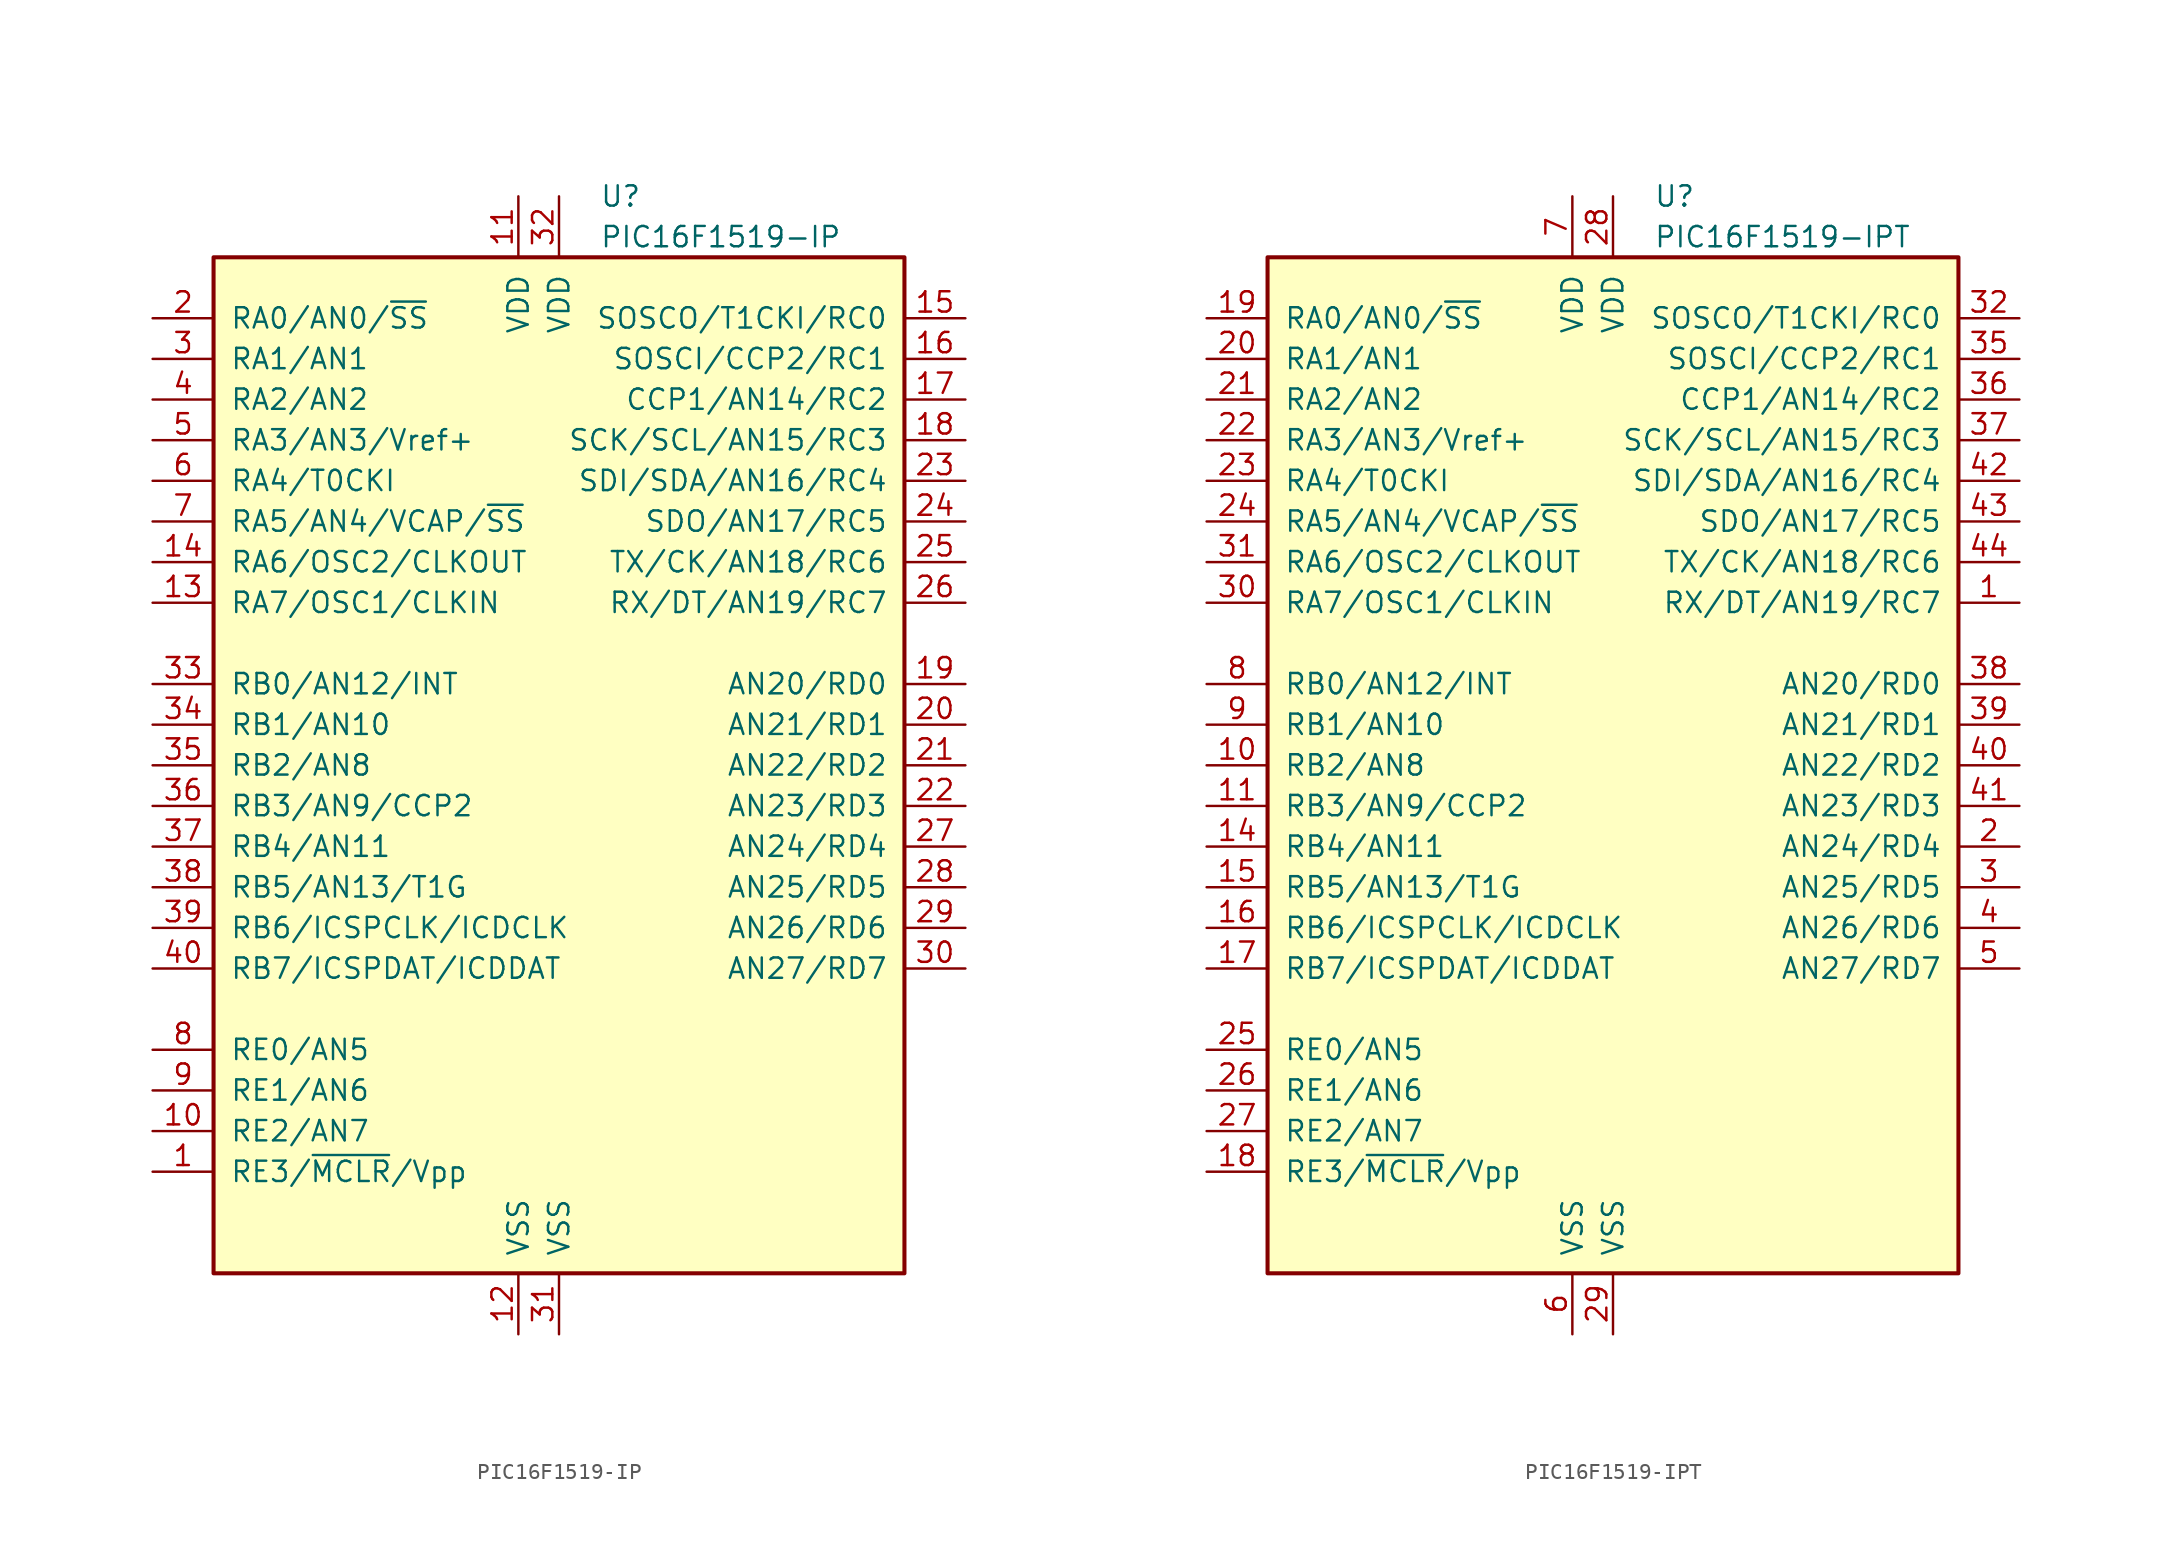
<source format=kicad_sym>
(kicad_symbol_lib
  (version 20241209)
  (generator "kicad_symbol_editor")
  (generator_version "9.0")
  (symbol "PIC16F1519-IP"
    (pin_names
      (offset 1.016))
    (property "Reference" "U"
      (at 2.54 35.56 0)
      (effects (font (size 1.27 1.27)) (justify left)))
    (property "Value" "PIC16F1519-IP"
      (at 2.54 33.02 0)
      (effects (font (size 1.27 1.27)) (justify left)))
    (symbol "PIC16F1519-IP_0_1"
      (rectangle (start -21.59 31.75) (end 21.59 -31.75) (stroke (width 0.254) (type default)) (fill (type background))))
    (symbol "PIC16F1519-IP_1_1"
      (pin bidirectional line (at -25.4 27.94 0) (length 3.81) (name "RA0/AN0/~{SS}" (effects (font (size 1.27 1.27)))) (number "2" (effects (font (size 1.27 1.27)))))
      (pin bidirectional line (at -25.4 25.4 0) (length 3.81) (name "RA1/AN1" (effects (font (size 1.27 1.27)))) (number "3" (effects (font (size 1.27 1.27)))))
      (pin bidirectional line (at -25.4 22.86 0) (length 3.81) (name "RA2/AN2" (effects (font (size 1.27 1.27)))) (number "4" (effects (font (size 1.27 1.27)))))
      (pin bidirectional line (at -25.4 20.32 0) (length 3.81) (name "RA3/AN3/Vref+" (effects (font (size 1.27 1.27)))) (number "5" (effects (font (size 1.27 1.27)))))
      (pin bidirectional line (at -25.4 17.78 0) (length 3.81) (name "RA4/T0CKI" (effects (font (size 1.27 1.27)))) (number "6" (effects (font (size 1.27 1.27)))))
      (pin bidirectional line (at -25.4 15.24 0) (length 3.81) (name "RA5/AN4/VCAP/~{SS}" (effects (font (size 1.27 1.27)))) (number "7" (effects (font (size 1.27 1.27)))))
      (pin bidirectional line (at -25.4 12.7 0) (length 3.81) (name "RA6/OSC2/CLKOUT" (effects (font (size 1.27 1.27)))) (number "14" (effects (font (size 1.27 1.27)))))
      (pin bidirectional line (at -25.4 10.16 0) (length 3.81) (name "RA7/OSC1/CLKIN" (effects (font (size 1.27 1.27)))) (number "13" (effects (font (size 1.27 1.27)))))
      (pin bidirectional line (at -25.4 5.08 0) (length 3.81) (name "RB0/AN12/INT" (effects (font (size 1.27 1.27)))) (number "33" (effects (font (size 1.27 1.27)))))
      (pin bidirectional line (at -25.4 2.54 0) (length 3.81) (name "RB1/AN10" (effects (font (size 1.27 1.27)))) (number "34" (effects (font (size 1.27 1.27)))))
      (pin bidirectional line (at -25.4 0 0) (length 3.81) (name "RB2/AN8" (effects (font (size 1.27 1.27)))) (number "35" (effects (font (size 1.27 1.27)))))
      (pin bidirectional line (at -25.4 -2.54 0) (length 3.81) (name "RB3/AN9/CCP2" (effects (font (size 1.27 1.27)))) (number "36" (effects (font (size 1.27 1.27)))))
      (pin bidirectional line (at -25.4 -5.08 0) (length 3.81) (name "RB4/AN11" (effects (font (size 1.27 1.27)))) (number "37" (effects (font (size 1.27 1.27)))))
      (pin bidirectional line (at -25.4 -7.62 0) (length 3.81) (name "RB5/AN13/T1G" (effects (font (size 1.27 1.27)))) (number "38" (effects (font (size 1.27 1.27)))))
      (pin bidirectional line (at -25.4 -10.16 0) (length 3.81) (name "RB6/ICSPCLK/ICDCLK" (effects (font (size 1.27 1.27)))) (number "39" (effects (font (size 1.27 1.27)))))
      (pin bidirectional line (at -25.4 -12.7 0) (length 3.81) (name "RB7/ICSPDAT/ICDDAT" (effects (font (size 1.27 1.27)))) (number "40" (effects (font (size 1.27 1.27)))))
      (pin bidirectional line (at -25.4 -17.78 0) (length 3.81) (name "RE0/AN5" (effects (font (size 1.27 1.27)))) (number "8" (effects (font (size 1.27 1.27)))))
      (pin bidirectional line (at -25.4 -20.32 0) (length 3.81) (name "RE1/AN6" (effects (font (size 1.27 1.27)))) (number "9" (effects (font (size 1.27 1.27)))))
      (pin bidirectional line (at -25.4 -22.86 0) (length 3.81) (name "RE2/AN7" (effects (font (size 1.27 1.27)))) (number "10" (effects (font (size 1.27 1.27)))))
      (pin input line (at -25.4 -25.4 0) (length 3.81) (name "RE3/~{MCLR}/Vpp" (effects (font (size 1.27 1.27)))) (number "1" (effects (font (size 1.27 1.27)))))
      (pin power_in line (at -2.54 35.56 270) (length 3.81) (name "VDD" (effects (font (size 1.27 1.27)))) (number "11" (effects (font (size 1.27 1.27)))))
      (pin power_in line (at -2.54 -35.56 90) (length 3.81) (name "VSS" (effects (font (size 1.27 1.27)))) (number "12" (effects (font (size 1.27 1.27)))))
      (pin power_in line (at 0 35.56 270) (length 3.81) (name "VDD" (effects (font (size 1.27 1.27)))) (number "32" (effects (font (size 1.27 1.27)))))
      (pin power_in line (at 0 -35.56 90) (length 3.81) (name "VSS" (effects (font (size 1.27 1.27)))) (number "31" (effects (font (size 1.27 1.27)))))
      (pin bidirectional line (at 25.4 27.94 180) (length 3.81) (name "SOSCO/T1CKI/RC0" (effects (font (size 1.27 1.27)))) (number "15" (effects (font (size 1.27 1.27)))))
      (pin bidirectional line (at 25.4 25.4 180) (length 3.81) (name "SOSCI/CCP2/RC1" (effects (font (size 1.27 1.27)))) (number "16" (effects (font (size 1.27 1.27)))))
      (pin bidirectional line (at 25.4 22.86 180) (length 3.81) (name "CCP1/AN14/RC2" (effects (font (size 1.27 1.27)))) (number "17" (effects (font (size 1.27 1.27)))))
      (pin bidirectional line (at 25.4 20.32 180) (length 3.81) (name "SCK/SCL/AN15/RC3" (effects (font (size 1.27 1.27)))) (number "18" (effects (font (size 1.27 1.27)))))
      (pin bidirectional line (at 25.4 17.78 180) (length 3.81) (name "SDI/SDA/AN16/RC4" (effects (font (size 1.27 1.27)))) (number "23" (effects (font (size 1.27 1.27)))))
      (pin bidirectional line (at 25.4 15.24 180) (length 3.81) (name "SDO/AN17/RC5" (effects (font (size 1.27 1.27)))) (number "24" (effects (font (size 1.27 1.27)))))
      (pin bidirectional line (at 25.4 12.7 180) (length 3.81) (name "TX/CK/AN18/RC6" (effects (font (size 1.27 1.27)))) (number "25" (effects (font (size 1.27 1.27)))))
      (pin bidirectional line (at 25.4 10.16 180) (length 3.81) (name "RX/DT/AN19/RC7" (effects (font (size 1.27 1.27)))) (number "26" (effects (font (size 1.27 1.27)))))
      (pin bidirectional line (at 25.4 5.08 180) (length 3.81) (name "AN20/RD0" (effects (font (size 1.27 1.27)))) (number "19" (effects (font (size 1.27 1.27)))))
      (pin bidirectional line (at 25.4 2.54 180) (length 3.81) (name "AN21/RD1" (effects (font (size 1.27 1.27)))) (number "20" (effects (font (size 1.27 1.27)))))
      (pin bidirectional line (at 25.4 0 180) (length 3.81) (name "AN22/RD2" (effects (font (size 1.27 1.27)))) (number "21" (effects (font (size 1.27 1.27)))))
      (pin bidirectional line (at 25.4 -2.54 180) (length 3.81) (name "AN23/RD3" (effects (font (size 1.27 1.27)))) (number "22" (effects (font (size 1.27 1.27)))))
      (pin bidirectional line (at 25.4 -5.08 180) (length 3.81) (name "AN24/RD4" (effects (font (size 1.27 1.27)))) (number "27" (effects (font (size 1.27 1.27)))))
      (pin bidirectional line (at 25.4 -7.62 180) (length 3.81) (name "AN25/RD5" (effects (font (size 1.27 1.27)))) (number "28" (effects (font (size 1.27 1.27)))))
      (pin bidirectional line (at 25.4 -10.16 180) (length 3.81) (name "AN26/RD6" (effects (font (size 1.27 1.27)))) (number "29" (effects (font (size 1.27 1.27)))))
      (pin bidirectional line (at 25.4 -12.7 180) (length 3.81) (name "AN27/RD7" (effects (font (size 1.27 1.27)))) (number "30" (effects (font (size 1.27 1.27)))))))
  (symbol "PIC16F1519-IPT"
    (pin_names
      (offset 1.016))
    (property "Reference" "U"
      (at 2.54 35.56 0)
      (effects (font (size 1.27 1.27)) (justify left)))
    (property "Value" "PIC16F1519-IPT"
      (at 2.54 33.02 0)
      (effects (font (size 1.27 1.27)) (justify left)))
    (symbol "PIC16F1519-IPT_0_1"
      (rectangle (start -21.59 31.75) (end 21.59 -31.75) (stroke (width 0.254) (type default)) (fill (type background))))
    (symbol "PIC16F1519-IPT_1_1"
      (pin bidirectional line (at -25.4 27.94 0) (length 3.81) (name "RA0/AN0/~{SS}" (effects (font (size 1.27 1.27)))) (number "19" (effects (font (size 1.27 1.27)))))
      (pin bidirectional line (at -25.4 25.4 0) (length 3.81) (name "RA1/AN1" (effects (font (size 1.27 1.27)))) (number "20" (effects (font (size 1.27 1.27)))))
      (pin bidirectional line (at -25.4 22.86 0) (length 3.81) (name "RA2/AN2" (effects (font (size 1.27 1.27)))) (number "21" (effects (font (size 1.27 1.27)))))
      (pin bidirectional line (at -25.4 20.32 0) (length 3.81) (name "RA3/AN3/Vref+" (effects (font (size 1.27 1.27)))) (number "22" (effects (font (size 1.27 1.27)))))
      (pin bidirectional line (at -25.4 17.78 0) (length 3.81) (name "RA4/T0CKI" (effects (font (size 1.27 1.27)))) (number "23" (effects (font (size 1.27 1.27)))))
      (pin bidirectional line (at -25.4 15.24 0) (length 3.81) (name "RA5/AN4/VCAP/~{SS}" (effects (font (size 1.27 1.27)))) (number "24" (effects (font (size 1.27 1.27)))))
      (pin bidirectional line (at -25.4 12.7 0) (length 3.81) (name "RA6/OSC2/CLKOUT" (effects (font (size 1.27 1.27)))) (number "31" (effects (font (size 1.27 1.27)))))
      (pin bidirectional line (at -25.4 10.16 0) (length 3.81) (name "RA7/OSC1/CLKIN" (effects (font (size 1.27 1.27)))) (number "30" (effects (font (size 1.27 1.27)))))
      (pin bidirectional line (at -25.4 5.08 0) (length 3.81) (name "RB0/AN12/INT" (effects (font (size 1.27 1.27)))) (number "8" (effects (font (size 1.27 1.27)))))
      (pin bidirectional line (at -25.4 2.54 0) (length 3.81) (name "RB1/AN10" (effects (font (size 1.27 1.27)))) (number "9" (effects (font (size 1.27 1.27)))))
      (pin bidirectional line (at -25.4 0 0) (length 3.81) (name "RB2/AN8" (effects (font (size 1.27 1.27)))) (number "10" (effects (font (size 1.27 1.27)))))
      (pin bidirectional line (at -25.4 -2.54 0) (length 3.81) (name "RB3/AN9/CCP2" (effects (font (size 1.27 1.27)))) (number "11" (effects (font (size 1.27 1.27)))))
      (pin bidirectional line (at -25.4 -5.08 0) (length 3.81) (name "RB4/AN11" (effects (font (size 1.27 1.27)))) (number "14" (effects (font (size 1.27 1.27)))))
      (pin bidirectional line (at -25.4 -7.62 0) (length 3.81) (name "RB5/AN13/T1G" (effects (font (size 1.27 1.27)))) (number "15" (effects (font (size 1.27 1.27)))))
      (pin bidirectional line (at -25.4 -10.16 0) (length 3.81) (name "RB6/ICSPCLK/ICDCLK" (effects (font (size 1.27 1.27)))) (number "16" (effects (font (size 1.27 1.27)))))
      (pin bidirectional line (at -25.4 -12.7 0) (length 3.81) (name "RB7/ICSPDAT/ICDDAT" (effects (font (size 1.27 1.27)))) (number "17" (effects (font (size 1.27 1.27)))))
      (pin bidirectional line (at -25.4 -17.78 0) (length 3.81) (name "RE0/AN5" (effects (font (size 1.27 1.27)))) (number "25" (effects (font (size 1.27 1.27)))))
      (pin bidirectional line (at -25.4 -20.32 0) (length 3.81) (name "RE1/AN6" (effects (font (size 1.27 1.27)))) (number "26" (effects (font (size 1.27 1.27)))))
      (pin bidirectional line (at -25.4 -22.86 0) (length 3.81) (name "RE2/AN7" (effects (font (size 1.27 1.27)))) (number "27" (effects (font (size 1.27 1.27)))))
      (pin input line (at -25.4 -25.4 0) (length 3.81) (name "RE3/~{MCLR}/Vpp" (effects (font (size 1.27 1.27)))) (number "18" (effects (font (size 1.27 1.27)))))
      (pin power_in line (at -2.54 35.56 270) (length 3.81) (name "VDD" (effects (font (size 1.27 1.27)))) (number "7" (effects (font (size 1.27 1.27)))))
      (pin power_in line (at -2.54 -35.56 90) (length 3.81) (name "VSS" (effects (font (size 1.27 1.27)))) (number "6" (effects (font (size 1.27 1.27)))))
      (pin power_in line (at 0 35.56 270) (length 3.81) (name "VDD" (effects (font (size 1.27 1.27)))) (number "28" (effects (font (size 1.27 1.27)))))
      (pin power_in line (at 0 -35.56 90) (length 3.81) (name "VSS" (effects (font (size 1.27 1.27)))) (number "29" (effects (font (size 1.27 1.27)))))
      (pin bidirectional line (at 25.4 27.94 180) (length 3.81) (name "SOSCO/T1CKI/RC0" (effects (font (size 1.27 1.27)))) (number "32" (effects (font (size 1.27 1.27)))))
      (pin bidirectional line (at 25.4 25.4 180) (length 3.81) (name "SOSCI/CCP2/RC1" (effects (font (size 1.27 1.27)))) (number "35" (effects (font (size 1.27 1.27)))))
      (pin bidirectional line (at 25.4 22.86 180) (length 3.81) (name "CCP1/AN14/RC2" (effects (font (size 1.27 1.27)))) (number "36" (effects (font (size 1.27 1.27)))))
      (pin bidirectional line (at 25.4 20.32 180) (length 3.81) (name "SCK/SCL/AN15/RC3" (effects (font (size 1.27 1.27)))) (number "37" (effects (font (size 1.27 1.27)))))
      (pin bidirectional line (at 25.4 17.78 180) (length 3.81) (name "SDI/SDA/AN16/RC4" (effects (font (size 1.27 1.27)))) (number "42" (effects (font (size 1.27 1.27)))))
      (pin bidirectional line (at 25.4 15.24 180) (length 3.81) (name "SDO/AN17/RC5" (effects (font (size 1.27 1.27)))) (number "43" (effects (font (size 1.27 1.27)))))
      (pin bidirectional line (at 25.4 12.7 180) (length 3.81) (name "TX/CK/AN18/RC6" (effects (font (size 1.27 1.27)))) (number "44" (effects (font (size 1.27 1.27)))))
      (pin bidirectional line (at 25.4 10.16 180) (length 3.81) (name "RX/DT/AN19/RC7" (effects (font (size 1.27 1.27)))) (number "1" (effects (font (size 1.27 1.27)))))
      (pin bidirectional line (at 25.4 5.08 180) (length 3.81) (name "AN20/RD0" (effects (font (size 1.27 1.27)))) (number "38" (effects (font (size 1.27 1.27)))))
      (pin bidirectional line (at 25.4 2.54 180) (length 3.81) (name "AN21/RD1" (effects (font (size 1.27 1.27)))) (number "39" (effects (font (size 1.27 1.27)))))
      (pin bidirectional line (at 25.4 0 180) (length 3.81) (name "AN22/RD2" (effects (font (size 1.27 1.27)))) (number "40" (effects (font (size 1.27 1.27)))))
      (pin bidirectional line (at 25.4 -2.54 180) (length 3.81) (name "AN23/RD3" (effects (font (size 1.27 1.27)))) (number "41" (effects (font (size 1.27 1.27)))))
      (pin bidirectional line (at 25.4 -5.08 180) (length 3.81) (name "AN24/RD4" (effects (font (size 1.27 1.27)))) (number "2" (effects (font (size 1.27 1.27)))))
      (pin bidirectional line (at 25.4 -7.62 180) (length 3.81) (name "AN25/RD5" (effects (font (size 1.27 1.27)))) (number "3" (effects (font (size 1.27 1.27)))))
      (pin bidirectional line (at 25.4 -10.16 180) (length 3.81) (name "AN26/RD6" (effects (font (size 1.27 1.27)))) (number "4" (effects (font (size 1.27 1.27)))))
      (pin bidirectional line (at 25.4 -12.7 180) (length 3.81) (name "AN27/RD7" (effects (font (size 1.27 1.27)))) (number "5" (effects (font (size 1.27 1.27))))))))
</source>
